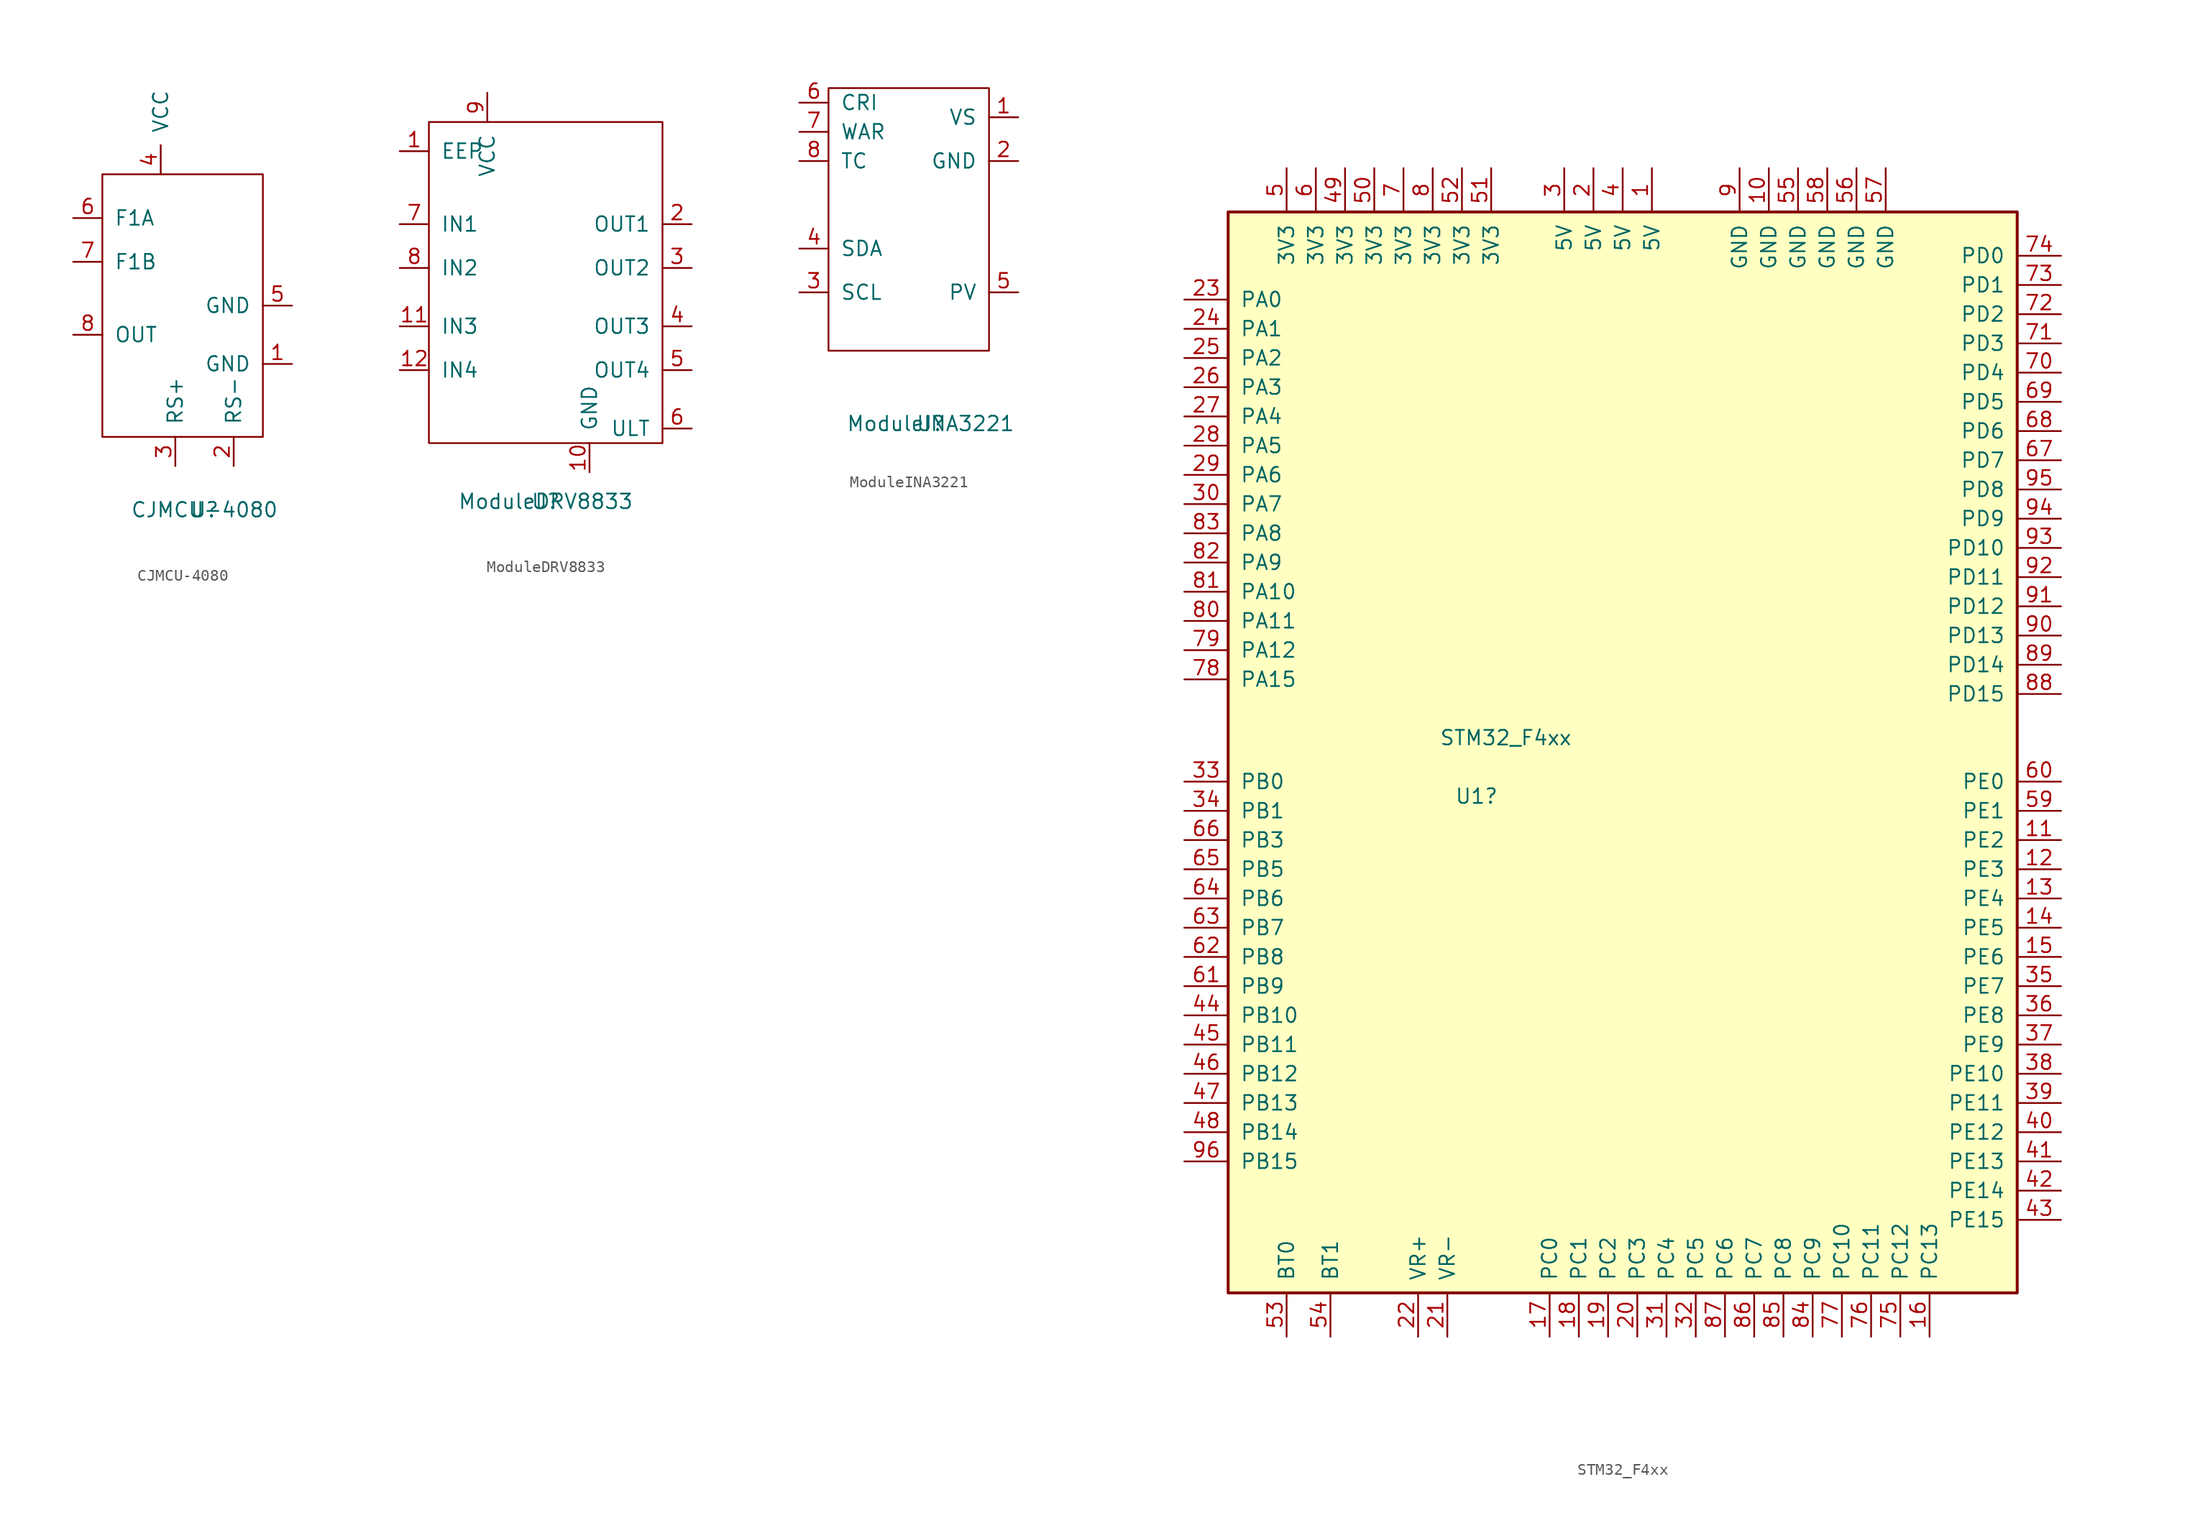
<source format=kicad_sym>
(kicad_symbol_lib
  (version 20220914)
  (generator kicad_symbol_editor)
  (symbol "CJMCU-4080"
    (pin_names
      (offset 1.016))
    (property "Reference" "U"
      (at 0 0 0)
      (effects (font (size 1.27 1.27))))
    (property "Value" "CJMCU-4080"
      (at 0 0 0)
      (effects (font (size 1.27 1.27))))
    (symbol "CJMCU-4080_0_1"
      (rectangle (start 5.08 6.35) (end -8.89 29.21) (stroke (width 0) (type solid)) (fill (type none))))
    (symbol "CJMCU-4080_1_1"
      (pin power_in line (at 7.62 12.7 180) (length 2.54) (name "GND" (effects (font (size 1.27 1.27)))) (number "1" (effects (font (size 1.27 1.27)))))
      (pin input line (at 2.54 3.81 90) (length 2.54) (name "RS-" (effects (font (size 1.27 1.27)))) (number "2" (effects (font (size 1.27 1.27)))))
      (pin input line (at -2.54 3.81 90) (length 2.54) (name "RS+" (effects (font (size 1.27 1.27)))) (number "3" (effects (font (size 1.27 1.27)))))
      (pin power_in line (at -3.81 29.21 90) (length 2.54) (name "VCC" (effects (font (size 1.27 1.27)))) (number "4" (effects (font (size 1.27 1.27)))))
      (pin power_in line (at 7.62 17.78 180) (length 2.54) (name "GND" (effects (font (size 1.27 1.27)))) (number "5" (effects (font (size 1.27 1.27)))))
      (pin input line (at -11.43 25.4 0) (length 2.54) (name "F1A" (effects (font (size 1.27 1.27)))) (number "6" (effects (font (size 1.27 1.27)))))
      (pin input line (at -11.43 21.59 0) (length 2.54) (name "F1B" (effects (font (size 1.27 1.27)))) (number "7" (effects (font (size 1.27 1.27)))))
      (pin input line (at -11.43 15.24 0) (length 2.54) (name "OUT" (effects (font (size 1.27 1.27)))) (number "8" (effects (font (size 1.27 1.27)))))))
  (symbol "ModuleDRV8833"
    (pin_names
      (offset 1.016))
    (property "Reference" "U"
      (at 0 0 0)
      (effects (font (size 1.27 1.27))))
    (property "Value" "ModuleDRV8833"
      (at 0 0 0)
      (effects (font (size 1.27 1.27))))
    (symbol "ModuleDRV8833_0_1"
      (rectangle (start -10.16 33.02) (end 10.16 5.08) (stroke (width 0) (type solid)) (fill (type none))))
    (symbol "ModuleDRV8833_1_1"
      (pin power_in line (at -12.7 30.48 0) (length 2.54) (name "EEP" (effects (font (size 1.27 1.27)))) (number "1" (effects (font (size 1.27 1.27)))))
      (pin power_in line (at 3.81 2.54 90) (length 2.54) (name "GND" (effects (font (size 1.27 1.27)))) (number "10" (effects (font (size 1.27 1.27)))))
      (pin input line (at -12.7 15.24 0) (length 2.54) (name "IN3" (effects (font (size 1.27 1.27)))) (number "11" (effects (font (size 1.27 1.27)))))
      (pin input line (at -12.7 11.43 0) (length 2.54) (name "IN4" (effects (font (size 1.27 1.27)))) (number "12" (effects (font (size 1.27 1.27)))))
      (pin power_out line (at 12.7 24.13 180) (length 2.54) (name "OUT1" (effects (font (size 1.27 1.27)))) (number "2" (effects (font (size 1.27 1.27)))))
      (pin power_out line (at 12.7 20.32 180) (length 2.54) (name "OUT2" (effects (font (size 1.27 1.27)))) (number "3" (effects (font (size 1.27 1.27)))))
      (pin power_out line (at 12.7 15.24 180) (length 2.54) (name "OUT3" (effects (font (size 1.27 1.27)))) (number "4" (effects (font (size 1.27 1.27)))))
      (pin power_out line (at 12.7 11.43 180) (length 2.54) (name "OUT4" (effects (font (size 1.27 1.27)))) (number "5" (effects (font (size 1.27 1.27)))))
      (pin output line (at 12.7 6.35 180) (length 2.54) (name "ULT" (effects (font (size 1.27 1.27)))) (number "6" (effects (font (size 1.27 1.27)))))
      (pin input line (at -12.7 24.13 0) (length 2.54) (name "IN1" (effects (font (size 1.27 1.27)))) (number "7" (effects (font (size 1.27 1.27)))))
      (pin input line (at -12.7 20.32 0) (length 2.54) (name "IN2" (effects (font (size 1.27 1.27)))) (number "8" (effects (font (size 1.27 1.27)))))
      (pin power_in line (at -5.08 35.56 270) (length 2.54) (name "VCC" (effects (font (size 1.27 1.27)))) (number "9" (effects (font (size 1.27 1.27)))))))
  (symbol "ModuleINA3221"
    (pin_names
      (offset 1.016))
    (property "Reference" "U"
      (at 0 0 0)
      (effects (font (size 1.27 1.27))))
    (property "Value" "ModuleINA3221"
      (at 0 0 0)
      (effects (font (size 1.27 1.27))))
    (symbol "ModuleINA3221_0_1"
      (rectangle (start 5.08 6.35) (end -8.89 29.21) (stroke (width 0) (type solid)) (fill (type none))))
    (symbol "ModuleINA3221_1_1"
      (pin power_in line (at 7.62 26.67 180) (length 2.54) (name "VS" (effects (font (size 1.27 1.27)))) (number "1" (effects (font (size 1.27 1.27)))))
      (pin input line (at 7.62 22.86 180) (length 2.54) (name "GND" (effects (font (size 1.27 1.27)))) (number "2" (effects (font (size 1.27 1.27)))))
      (pin input line (at -11.43 11.43 0) (length 2.54) (name "SCL" (effects (font (size 1.27 1.27)))) (number "3" (effects (font (size 1.27 1.27)))))
      (pin bidirectional line (at -11.43 15.24 0) (length 2.54) (name "SDA" (effects (font (size 1.27 1.27)))) (number "4" (effects (font (size 1.27 1.27)))))
      (pin power_in line (at 7.62 11.43 180) (length 2.54) (name "PV" (effects (font (size 1.27 1.27)))) (number "5" (effects (font (size 1.27 1.27)))))
      (pin input line (at -11.43 27.94 0) (length 2.54) (name "CRI" (effects (font (size 1.27 1.27)))) (number "6" (effects (font (size 1.27 1.27)))))
      (pin input line (at -11.43 25.4 0) (length 2.54) (name "WAR" (effects (font (size 1.27 1.27)))) (number "7" (effects (font (size 1.27 1.27)))))
      (pin input line (at -11.43 22.86 0) (length 2.54) (name "TC" (effects (font (size 1.27 1.27)))) (number "8" (effects (font (size 1.27 1.27)))))))
  (symbol "STM32_F4xx"
    (pin_names
      (offset 1.016))
    (property "Reference" "U1"
      (at -1.27 -3.81 0)
      (effects (font (size 1.27 1.27))))
    (property "Value" "STM32_F4xx"
      (at 1.27 1.27 0)
      (effects (font (size 1.27 1.27))))
    (symbol "STM32_F4xx_1_1"
      (rectangle (start -22.86 -46.99) (end 45.72 46.99) (stroke (width 0.254) (type solid)) (fill (type background)))
      (pin power_in line (at 13.97 50.8 270) (length 3.81) (name "5V" (effects (font (size 1.27 1.27)))) (number "1" (effects (font (size 1.27 1.27)))))
      (pin power_in line (at 24.13 50.8 270) (length 3.81) (name "GND" (effects (font (size 1.27 1.27)))) (number "10" (effects (font (size 1.27 1.27)))))
      (pin bidirectional line (at 49.53 -7.62 180) (length 3.81) (name "PE2" (effects (font (size 1.27 1.27)))) (number "11" (effects (font (size 1.27 1.27)))))
      (pin bidirectional line (at 49.53 -10.16 180) (length 3.81) (name "PE3" (effects (font (size 1.27 1.27)))) (number "12" (effects (font (size 1.27 1.27)))))
      (pin bidirectional line (at 49.53 -12.7 180) (length 3.81) (name "PE4" (effects (font (size 1.27 1.27)))) (number "13" (effects (font (size 1.27 1.27)))))
      (pin bidirectional line (at 49.53 -15.24 180) (length 3.81) (name "PE5" (effects (font (size 1.27 1.27)))) (number "14" (effects (font (size 1.27 1.27)))))
      (pin bidirectional line (at 49.53 -17.78 180) (length 3.81) (name "PE6" (effects (font (size 1.27 1.27)))) (number "15" (effects (font (size 1.27 1.27)))))
      (pin bidirectional line (at 38.1 -50.8 90) (length 3.81) (name "PC13" (effects (font (size 1.27 1.27)))) (number "16" (effects (font (size 1.27 1.27)))))
      (pin bidirectional line (at 5.08 -50.8 90) (length 3.81) (name "PC0" (effects (font (size 1.27 1.27)))) (number "17" (effects (font (size 1.27 1.27)))))
      (pin bidirectional line (at 7.62 -50.8 90) (length 3.81) (name "PC1" (effects (font (size 1.27 1.27)))) (number "18" (effects (font (size 1.27 1.27)))))
      (pin bidirectional line (at 10.16 -50.8 90) (length 3.81) (name "PC2" (effects (font (size 1.27 1.27)))) (number "19" (effects (font (size 1.27 1.27)))))
      (pin power_in line (at 8.89 50.8 270) (length 3.81) (name "5V" (effects (font (size 1.27 1.27)))) (number "2" (effects (font (size 1.27 1.27)))))
      (pin bidirectional line (at 12.7 -50.8 90) (length 3.81) (name "PC3" (effects (font (size 1.27 1.27)))) (number "20" (effects (font (size 1.27 1.27)))))
      (pin input line (at -3.81 -50.8 90) (length 3.81) (name "VR-" (effects (font (size 1.27 1.27)))) (number "21" (effects (font (size 1.27 1.27)))))
      (pin input line (at -6.35 -50.8 90) (length 3.81) (name "VR+" (effects (font (size 1.27 1.27)))) (number "22" (effects (font (size 1.27 1.27)))))
      (pin bidirectional line (at -26.67 39.37 0) (length 3.81) (name "PA0" (effects (font (size 1.27 1.27)))) (number "23" (effects (font (size 1.27 1.27)))))
      (pin bidirectional line (at -26.67 36.83 0) (length 3.81) (name "PA1" (effects (font (size 1.27 1.27)))) (number "24" (effects (font (size 1.27 1.27)))))
      (pin bidirectional line (at -26.67 34.29 0) (length 3.81) (name "PA2" (effects (font (size 1.27 1.27)))) (number "25" (effects (font (size 1.27 1.27)))))
      (pin bidirectional line (at -26.67 31.75 0) (length 3.81) (name "PA3" (effects (font (size 1.27 1.27)))) (number "26" (effects (font (size 1.27 1.27)))))
      (pin bidirectional line (at -26.67 29.21 0) (length 3.81) (name "PA4" (effects (font (size 1.27 1.27)))) (number "27" (effects (font (size 1.27 1.27)))))
      (pin bidirectional line (at -26.67 26.67 0) (length 3.81) (name "PA5" (effects (font (size 1.27 1.27)))) (number "28" (effects (font (size 1.27 1.27)))))
      (pin bidirectional line (at -26.67 24.13 0) (length 3.81) (name "PA6" (effects (font (size 1.27 1.27)))) (number "29" (effects (font (size 1.27 1.27)))))
      (pin power_in line (at 6.35 50.8 270) (length 3.81) (name "5V" (effects (font (size 1.27 1.27)))) (number "3" (effects (font (size 1.27 1.27)))))
      (pin bidirectional line (at -26.67 21.59 0) (length 3.81) (name "PA7" (effects (font (size 1.27 1.27)))) (number "30" (effects (font (size 1.27 1.27)))))
      (pin bidirectional line (at 15.24 -50.8 90) (length 3.81) (name "PC4" (effects (font (size 1.27 1.27)))) (number "31" (effects (font (size 1.27 1.27)))))
      (pin bidirectional line (at 17.78 -50.8 90) (length 3.81) (name "PC5" (effects (font (size 1.27 1.27)))) (number "32" (effects (font (size 1.27 1.27)))))
      (pin bidirectional line (at -26.67 -2.54 0) (length 3.81) (name "PB0" (effects (font (size 1.27 1.27)))) (number "33" (effects (font (size 1.27 1.27)))))
      (pin bidirectional line (at -26.67 -5.08 0) (length 3.81) (name "PB1" (effects (font (size 1.27 1.27)))) (number "34" (effects (font (size 1.27 1.27)))))
      (pin bidirectional line (at 49.53 -20.32 180) (length 3.81) (name "PE7" (effects (font (size 1.27 1.27)))) (number "35" (effects (font (size 1.27 1.27)))))
      (pin bidirectional line (at 49.53 -22.86 180) (length 3.81) (name "PE8" (effects (font (size 1.27 1.27)))) (number "36" (effects (font (size 1.27 1.27)))))
      (pin bidirectional line (at 49.53 -25.4 180) (length 3.81) (name "PE9" (effects (font (size 1.27 1.27)))) (number "37" (effects (font (size 1.27 1.27)))))
      (pin bidirectional line (at 49.53 -27.94 180) (length 3.81) (name "PE10" (effects (font (size 1.27 1.27)))) (number "38" (effects (font (size 1.27 1.27)))))
      (pin bidirectional line (at 49.53 -30.48 180) (length 3.81) (name "PE11" (effects (font (size 1.27 1.27)))) (number "39" (effects (font (size 1.27 1.27)))))
      (pin power_in line (at 11.43 50.8 270) (length 3.81) (name "5V" (effects (font (size 1.27 1.27)))) (number "4" (effects (font (size 1.27 1.27)))))
      (pin bidirectional line (at 49.53 -33.02 180) (length 3.81) (name "PE12" (effects (font (size 1.27 1.27)))) (number "40" (effects (font (size 1.27 1.27)))))
      (pin bidirectional line (at 49.53 -35.56 180) (length 3.81) (name "PE13" (effects (font (size 1.27 1.27)))) (number "41" (effects (font (size 1.27 1.27)))))
      (pin bidirectional line (at 49.53 -38.1 180) (length 3.81) (name "PE14" (effects (font (size 1.27 1.27)))) (number "42" (effects (font (size 1.27 1.27)))))
      (pin bidirectional line (at 49.53 -40.64 180) (length 3.81) (name "PE15" (effects (font (size 1.27 1.27)))) (number "43" (effects (font (size 1.27 1.27)))))
      (pin bidirectional line (at -26.67 -22.86 0) (length 3.81) (name "PB10" (effects (font (size 1.27 1.27)))) (number "44" (effects (font (size 1.27 1.27)))))
      (pin bidirectional line (at -26.67 -25.4 0) (length 3.81) (name "PB11" (effects (font (size 1.27 1.27)))) (number "45" (effects (font (size 1.27 1.27)))))
      (pin bidirectional line (at -26.67 -27.94 0) (length 3.81) (name "PB12" (effects (font (size 1.27 1.27)))) (number "46" (effects (font (size 1.27 1.27)))))
      (pin bidirectional line (at -26.67 -30.48 0) (length 3.81) (name "PB13" (effects (font (size 1.27 1.27)))) (number "47" (effects (font (size 1.27 1.27)))))
      (pin bidirectional line (at -26.67 -33.02 0) (length 3.81) (name "PB14" (effects (font (size 1.27 1.27)))) (number "48" (effects (font (size 1.27 1.27)))))
      (pin power_in line (at -12.7 50.8 270) (length 3.81) (name "3V3" (effects (font (size 1.27 1.27)))) (number "49" (effects (font (size 1.27 1.27)))))
      (pin power_in line (at -17.78 50.8 270) (length 3.81) (name "3V3" (effects (font (size 1.27 1.27)))) (number "5" (effects (font (size 1.27 1.27)))))
      (pin power_in line (at -10.16 50.8 270) (length 3.81) (name "3V3" (effects (font (size 1.27 1.27)))) (number "50" (effects (font (size 1.27 1.27)))))
      (pin power_in line (at 0 50.8 270) (length 3.81) (name "3V3" (effects (font (size 1.27 1.27)))) (number "51" (effects (font (size 1.27 1.27)))))
      (pin power_in line (at -2.54 50.8 270) (length 3.81) (name "3V3" (effects (font (size 1.27 1.27)))) (number "52" (effects (font (size 1.27 1.27)))))
      (pin input line (at -17.78 -50.8 90) (length 3.81) (name "BT0" (effects (font (size 1.27 1.27)))) (number "53" (effects (font (size 1.27 1.27)))))
      (pin input line (at -13.97 -50.8 90) (length 3.81) (name "BT1" (effects (font (size 1.27 1.27)))) (number "54" (effects (font (size 1.27 1.27)))))
      (pin power_in line (at 26.67 50.8 270) (length 3.81) (name "GND" (effects (font (size 1.27 1.27)))) (number "55" (effects (font (size 1.27 1.27)))))
      (pin power_in line (at 31.75 50.8 270) (length 3.81) (name "GND" (effects (font (size 1.27 1.27)))) (number "56" (effects (font (size 1.27 1.27)))))
      (pin power_in line (at 34.29 50.8 270) (length 3.81) (name "GND" (effects (font (size 1.27 1.27)))) (number "57" (effects (font (size 1.27 1.27)))))
      (pin power_in line (at 29.21 50.8 270) (length 3.81) (name "GND" (effects (font (size 1.27 1.27)))) (number "58" (effects (font (size 1.27 1.27)))))
      (pin bidirectional line (at 49.53 -5.08 180) (length 3.81) (name "PE1" (effects (font (size 1.27 1.27)))) (number "59" (effects (font (size 1.27 1.27)))))
      (pin power_in line (at -15.24 50.8 270) (length 3.81) (name "3V3" (effects (font (size 1.27 1.27)))) (number "6" (effects (font (size 1.27 1.27)))))
      (pin bidirectional line (at 49.53 -2.54 180) (length 3.81) (name "PE0" (effects (font (size 1.27 1.27)))) (number "60" (effects (font (size 1.27 1.27)))))
      (pin bidirectional line (at -26.67 -20.32 0) (length 3.81) (name "PB9" (effects (font (size 1.27 1.27)))) (number "61" (effects (font (size 1.27 1.27)))))
      (pin bidirectional line (at -26.67 -17.78 0) (length 3.81) (name "PB8" (effects (font (size 1.27 1.27)))) (number "62" (effects (font (size 1.27 1.27)))))
      (pin bidirectional line (at -26.67 -15.24 0) (length 3.81) (name "PB7" (effects (font (size 1.27 1.27)))) (number "63" (effects (font (size 1.27 1.27)))))
      (pin bidirectional line (at -26.67 -12.7 0) (length 3.81) (name "PB6" (effects (font (size 1.27 1.27)))) (number "64" (effects (font (size 1.27 1.27)))))
      (pin bidirectional line (at -26.67 -10.16 0) (length 3.81) (name "PB5" (effects (font (size 1.27 1.27)))) (number "65" (effects (font (size 1.27 1.27)))))
      (pin bidirectional line (at -26.67 -7.62 0) (length 3.81) (name "PB3" (effects (font (size 1.27 1.27)))) (number "66" (effects (font (size 1.27 1.27)))))
      (pin bidirectional line (at 49.53 25.4 180) (length 3.81) (name "PD7" (effects (font (size 1.27 1.27)))) (number "67" (effects (font (size 1.27 1.27)))))
      (pin bidirectional line (at 49.53 27.94 180) (length 3.81) (name "PD6" (effects (font (size 1.27 1.27)))) (number "68" (effects (font (size 1.27 1.27)))))
      (pin bidirectional line (at 49.53 30.48 180) (length 3.81) (name "PD5" (effects (font (size 1.27 1.27)))) (number "69" (effects (font (size 1.27 1.27)))))
      (pin power_in line (at -7.62 50.8 270) (length 3.81) (name "3V3" (effects (font (size 1.27 1.27)))) (number "7" (effects (font (size 1.27 1.27)))))
      (pin bidirectional line (at 49.53 33.02 180) (length 3.81) (name "PD4" (effects (font (size 1.27 1.27)))) (number "70" (effects (font (size 1.27 1.27)))))
      (pin bidirectional line (at 49.53 35.56 180) (length 3.81) (name "PD3" (effects (font (size 1.27 1.27)))) (number "71" (effects (font (size 1.27 1.27)))))
      (pin bidirectional line (at 49.53 38.1 180) (length 3.81) (name "PD2" (effects (font (size 1.27 1.27)))) (number "72" (effects (font (size 1.27 1.27)))))
      (pin bidirectional line (at 49.53 40.64 180) (length 3.81) (name "PD1" (effects (font (size 1.27 1.27)))) (number "73" (effects (font (size 1.27 1.27)))))
      (pin bidirectional line (at 49.53 43.18 180) (length 3.81) (name "PD0" (effects (font (size 1.27 1.27)))) (number "74" (effects (font (size 1.27 1.27)))))
      (pin bidirectional line (at 35.56 -50.8 90) (length 3.81) (name "PC12" (effects (font (size 1.27 1.27)))) (number "75" (effects (font (size 1.27 1.27)))))
      (pin bidirectional line (at 33.02 -50.8 90) (length 3.81) (name "PC11" (effects (font (size 1.27 1.27)))) (number "76" (effects (font (size 1.27 1.27)))))
      (pin bidirectional line (at 30.48 -50.8 90) (length 3.81) (name "PC10" (effects (font (size 1.27 1.27)))) (number "77" (effects (font (size 1.27 1.27)))))
      (pin bidirectional line (at -26.67 6.35 0) (length 3.81) (name "PA15" (effects (font (size 1.27 1.27)))) (number "78" (effects (font (size 1.27 1.27)))))
      (pin bidirectional line (at -26.67 8.89 0) (length 3.81) (name "PA12" (effects (font (size 1.27 1.27)))) (number "79" (effects (font (size 1.27 1.27)))))
      (pin power_in line (at -5.08 50.8 270) (length 3.81) (name "3V3" (effects (font (size 1.27 1.27)))) (number "8" (effects (font (size 1.27 1.27)))))
      (pin bidirectional line (at -26.67 11.43 0) (length 3.81) (name "PA11" (effects (font (size 1.27 1.27)))) (number "80" (effects (font (size 1.27 1.27)))))
      (pin bidirectional line (at -26.67 13.97 0) (length 3.81) (name "PA10" (effects (font (size 1.27 1.27)))) (number "81" (effects (font (size 1.27 1.27)))))
      (pin bidirectional line (at -26.67 16.51 0) (length 3.81) (name "PA9" (effects (font (size 1.27 1.27)))) (number "82" (effects (font (size 1.27 1.27)))))
      (pin bidirectional line (at -26.67 19.05 0) (length 3.81) (name "PA8" (effects (font (size 1.27 1.27)))) (number "83" (effects (font (size 1.27 1.27)))))
      (pin bidirectional line (at 27.94 -50.8 90) (length 3.81) (name "PC9" (effects (font (size 1.27 1.27)))) (number "84" (effects (font (size 1.27 1.27)))))
      (pin bidirectional line (at 25.4 -50.8 90) (length 3.81) (name "PC8" (effects (font (size 1.27 1.27)))) (number "85" (effects (font (size 1.27 1.27)))))
      (pin bidirectional line (at 22.86 -50.8 90) (length 3.81) (name "PC7" (effects (font (size 1.27 1.27)))) (number "86" (effects (font (size 1.27 1.27)))))
      (pin bidirectional line (at 20.32 -50.8 90) (length 3.81) (name "PC6" (effects (font (size 1.27 1.27)))) (number "87" (effects (font (size 1.27 1.27)))))
      (pin bidirectional line (at 49.53 5.08 180) (length 3.81) (name "PD15" (effects (font (size 1.27 1.27)))) (number "88" (effects (font (size 1.27 1.27)))))
      (pin bidirectional line (at 49.53 7.62 180) (length 3.81) (name "PD14" (effects (font (size 1.27 1.27)))) (number "89" (effects (font (size 1.27 1.27)))))
      (pin power_in line (at 21.59 50.8 270) (length 3.81) (name "GND" (effects (font (size 1.27 1.27)))) (number "9" (effects (font (size 1.27 1.27)))))
      (pin bidirectional line (at 49.53 10.16 180) (length 3.81) (name "PD13" (effects (font (size 1.27 1.27)))) (number "90" (effects (font (size 1.27 1.27)))))
      (pin bidirectional line (at 49.53 12.7 180) (length 3.81) (name "PD12" (effects (font (size 1.27 1.27)))) (number "91" (effects (font (size 1.27 1.27)))))
      (pin bidirectional line (at 49.53 15.24 180) (length 3.81) (name "PD11" (effects (font (size 1.27 1.27)))) (number "92" (effects (font (size 1.27 1.27)))))
      (pin bidirectional line (at 49.53 17.78 180) (length 3.81) (name "PD10" (effects (font (size 1.27 1.27)))) (number "93" (effects (font (size 1.27 1.27)))))
      (pin bidirectional line (at 49.53 20.32 180) (length 3.81) (name "PD9" (effects (font (size 1.27 1.27)))) (number "94" (effects (font (size 1.27 1.27)))))
      (pin bidirectional line (at 49.53 22.86 180) (length 3.81) (name "PD8" (effects (font (size 1.27 1.27)))) (number "95" (effects (font (size 1.27 1.27)))))
      (pin bidirectional line (at -26.67 -35.56 0) (length 3.81) (name "PB15" (effects (font (size 1.27 1.27)))) (number "96" (effects (font (size 1.27 1.27))))))))
</source>
